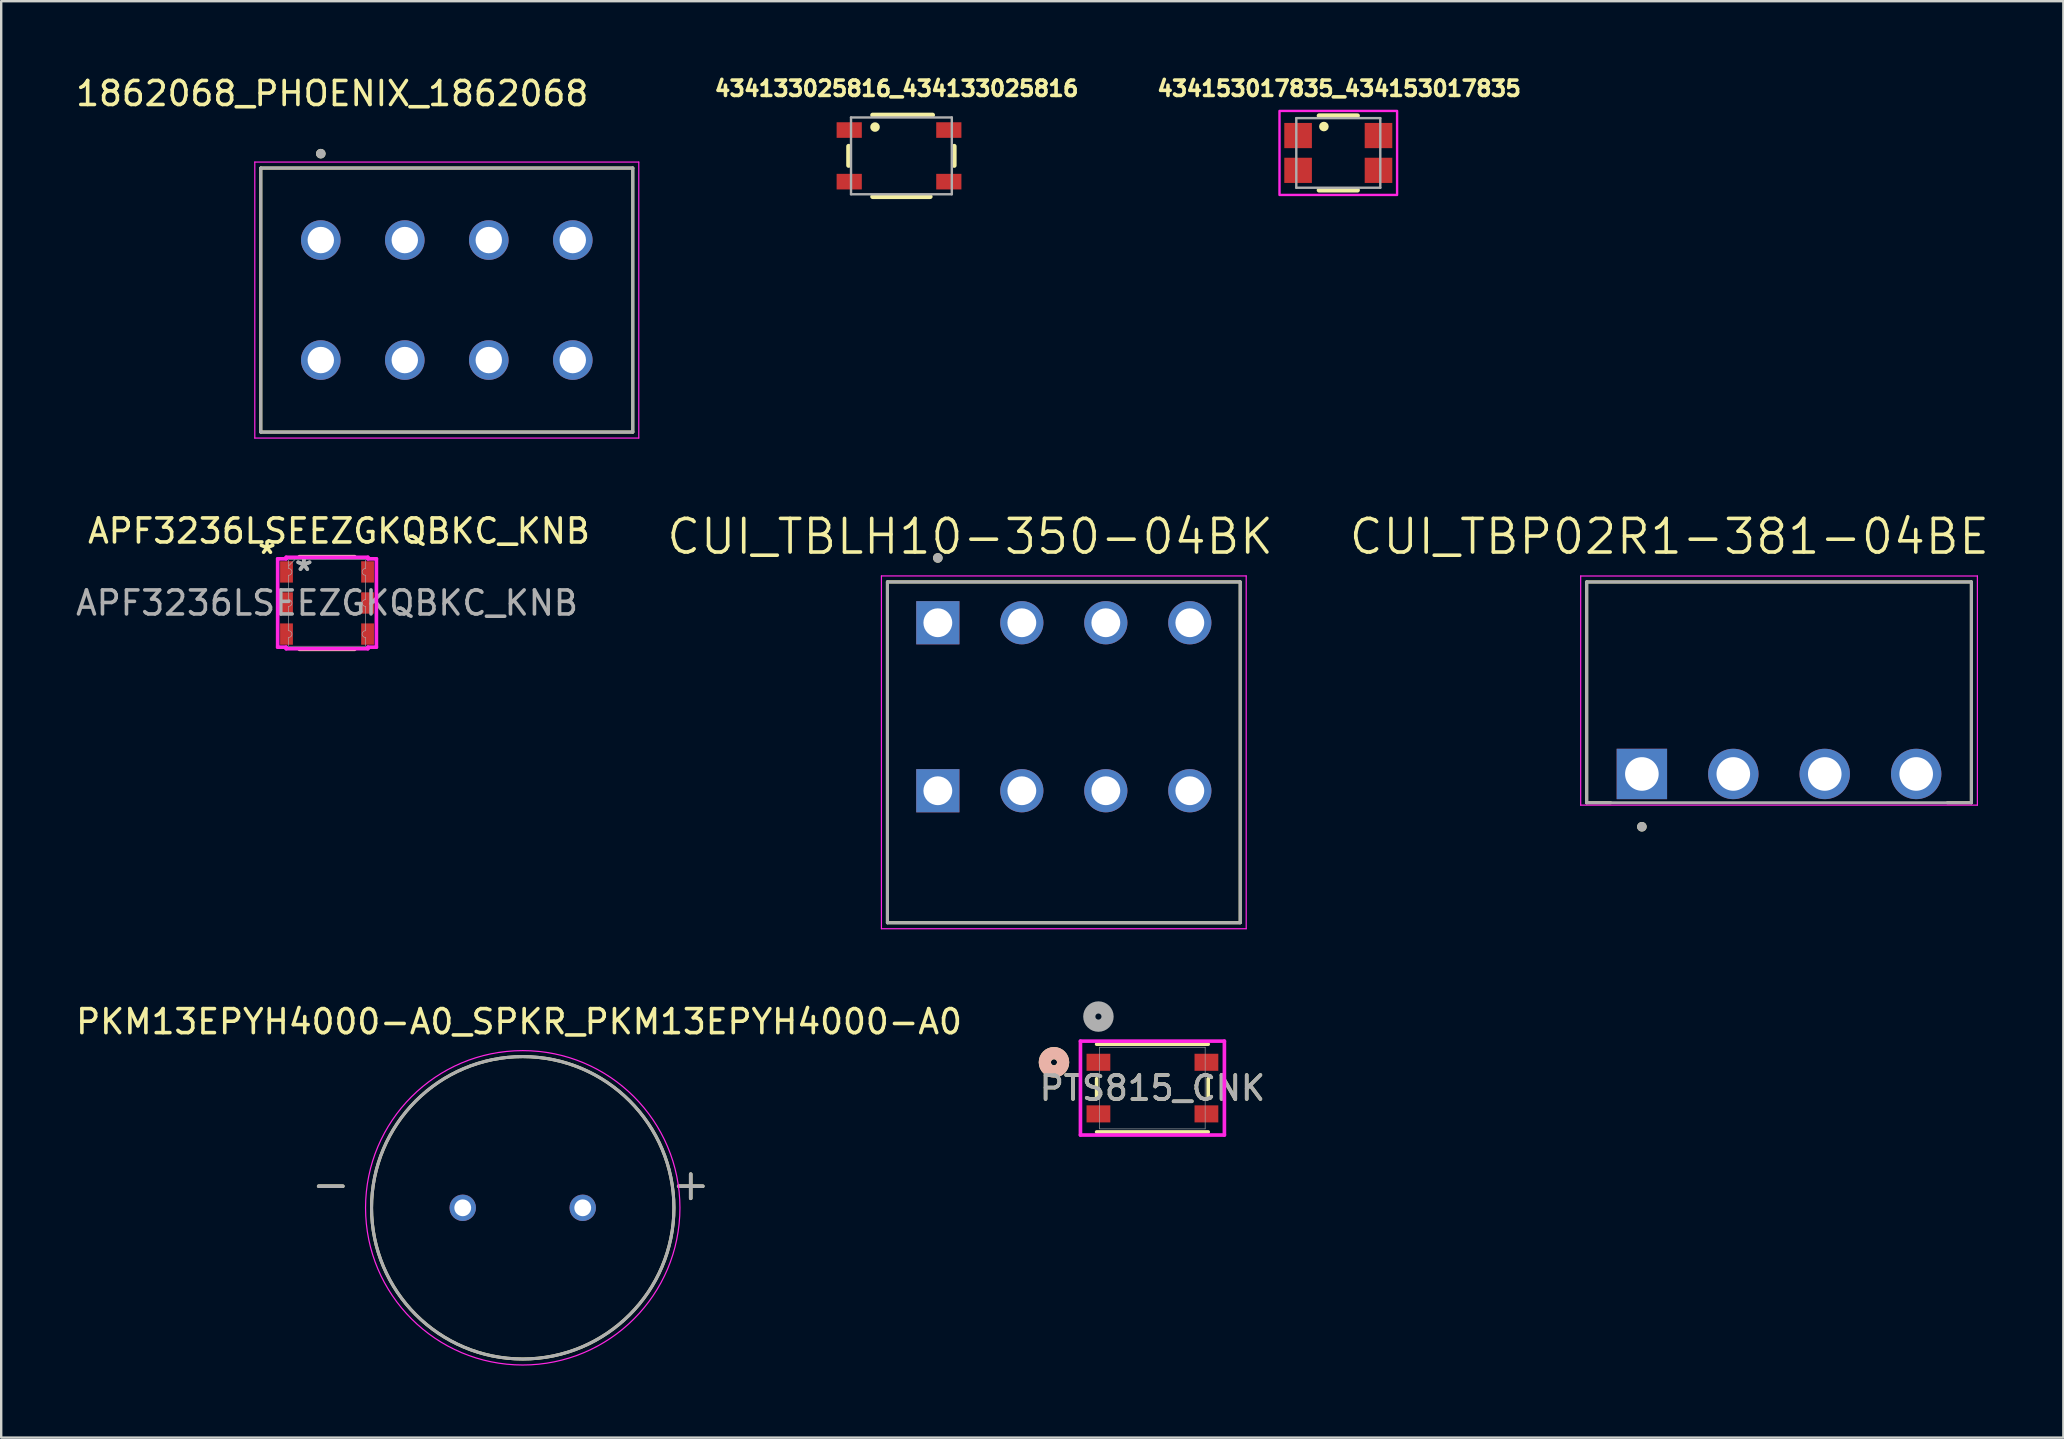
<source format=kicad_pcb>
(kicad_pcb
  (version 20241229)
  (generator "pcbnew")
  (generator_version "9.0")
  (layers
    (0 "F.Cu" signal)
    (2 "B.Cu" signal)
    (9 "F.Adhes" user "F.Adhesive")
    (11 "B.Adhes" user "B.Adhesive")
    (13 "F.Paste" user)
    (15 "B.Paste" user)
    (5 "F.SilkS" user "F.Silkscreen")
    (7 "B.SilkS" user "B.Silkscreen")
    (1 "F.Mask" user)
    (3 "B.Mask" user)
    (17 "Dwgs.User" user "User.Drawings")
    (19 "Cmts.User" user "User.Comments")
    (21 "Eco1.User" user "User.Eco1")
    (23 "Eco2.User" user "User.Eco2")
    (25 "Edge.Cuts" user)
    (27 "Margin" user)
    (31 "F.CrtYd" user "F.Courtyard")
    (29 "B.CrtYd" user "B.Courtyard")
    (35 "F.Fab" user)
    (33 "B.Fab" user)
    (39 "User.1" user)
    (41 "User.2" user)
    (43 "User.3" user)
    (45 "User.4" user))
  (footprint "APF3236LSEEZGKQBKC_KNB"
    (layer "F.Cu")
    (at 10.577 22.076)
    (property "Reference" "APF3236LSEEZGKQBKC_KNB" (at 0.5 -3 0) (unlocked yes) (layer "F.SilkS") (effects (font (size 1 1) (thickness 0.15))))
    (attr smd)
    (fp_line (start -1.15 -1.93) (end 1.15 -1.93) (stroke (width 0.152) (type solid)) (layer "F.SilkS"))
    (fp_line (start -1.15 1.93) (end 1.15 1.93) (stroke (width 0.152) (type solid)) (layer "F.SilkS"))
    (fp_line (start -2.057 -1.841) (end -1.702 -1.841) (stroke (width 0.152) (type solid)) (layer "F.CrtYd"))
    (fp_line (start -2.057 1.841) (end -2.057 -1.841) (stroke (width 0.152) (type solid)) (layer "F.CrtYd"))
    (fp_line (start -2.057 1.841) (end -1.702 1.841) (stroke (width 0.152) (type solid)) (layer "F.CrtYd"))
    (fp_line (start -1.702 -1.905) (end 1.702 -1.905) (stroke (width 0.152) (type solid)) (layer "F.CrtYd"))
    (fp_line (start -1.702 -1.841) (end -1.702 -1.905) (stroke (width 0.152) (type solid)) (layer "F.CrtYd"))
    (fp_line (start -1.702 1.905) (end -1.702 1.841) (stroke (width 0.152) (type solid)) (layer "F.CrtYd"))
    (fp_line (start 1.702 -1.905) (end 1.702 -1.841) (stroke (width 0.152) (type solid)) (layer "F.CrtYd"))
    (fp_line (start 1.702 1.841) (end 1.702 1.905) (stroke (width 0.152) (type solid)) (layer "F.CrtYd"))
    (fp_line (start 1.702 1.905) (end -1.702 1.905) (stroke (width 0.152) (type solid)) (layer "F.CrtYd"))
    (fp_line (start 2.057 -1.841) (end 1.702 -1.841) (stroke (width 0.152) (type solid)) (layer "F.CrtYd"))
    (fp_line (start 2.057 -1.841) (end 2.057 1.841) (stroke (width 0.152) (type solid)) (layer "F.CrtYd"))
    (fp_line (start 2.057 1.841) (end 1.702 1.841) (stroke (width 0.152) (type solid)) (layer "F.CrtYd"))
    (fp_line (start -1.6 -1.803) (end 1.6 -1.803) (stroke (width 0.025) (type solid)) (layer "F.Fab"))
    (fp_line (start -1.6 -1.435) (end -1.6 -1.803) (stroke (width 0.025) (type solid)) (layer "F.Fab"))
    (fp_line (start -1.6 -1.156) (end -1.6 -0.14) (stroke (width 0.025) (type solid)) (layer "F.Fab"))
    (fp_line (start -1.6 0.14) (end -1.6 1.156) (stroke (width 0.025) (type solid)) (layer "F.Fab"))
    (fp_line (start -1.6 1.435) (end -1.6 1.803) (stroke (width 0.025) (type solid)) (layer "F.Fab"))
    (fp_line (start -1.6 1.803) (end 1.6 1.803) (stroke (width 0.025) (type solid)) (layer "F.Fab"))
    (fp_line (start -1.346 -1.803) (end -1.6 -1.549) (stroke (width 0.025) (type solid)) (layer "F.Fab"))
    (fp_line (start 1.6 -1.435) (end 1.6 -1.803) (stroke (width 0.025) (type solid)) (layer "F.Fab"))
    (fp_line (start 1.6 -1.156) (end 1.6 -0.14) (stroke (width 0.025) (type solid)) (layer "F.Fab"))
    (fp_line (start 1.6 0.14) (end 1.6 1.156) (stroke (width 0.025) (type solid)) (layer "F.Fab"))
    (fp_line (start 1.6 1.435) (end 1.6 1.803) (stroke (width 0.025) (type solid)) (layer "F.Fab"))
    (fp_arc (start -1.6002 -1.4351) (mid -1.4605 -1.2954) (end -1.6002 -1.1557) (stroke (width 0.0254) (type solid)) (layer "F.Fab"))
    (fp_arc (start -1.6002 -0.1397) (mid -1.4605 0) (end -1.6002 0.1397) (stroke (width 0.0254) (type solid)) (layer "F.Fab"))
    (fp_arc (start -1.6002 1.1557) (mid -1.4605 1.2954) (end -1.6002 1.4351) (stroke (width 0.0254) (type solid)) (layer "F.Fab"))
    (fp_arc (start 1.6002 -1.1557) (mid 1.4605 -1.2954) (end 1.6002 -1.4351) (stroke (width 0.0254) (type solid)) (layer "F.Fab"))
    (fp_arc (start 1.6002 0.1397) (mid 1.4605 0) (end 1.6002 -0.1397) (stroke (width 0.0254) (type solid)) (layer "F.Fab"))
    (fp_arc (start 1.6002 1.4351) (mid 1.4605 1.2954) (end 1.6002 1.1557) (stroke (width 0.0254) (type solid)) (layer "F.Fab"))
    (fp_text user "*" (at -2.5 -2 0) (layer "F.SilkS") (effects (font (size 1 1) (thickness 0.15))))
    (fp_text user "*" (at -0.965 -1.295 0) (layer "F.Fab") (effects (font (size 1 1) (thickness 0.15))))
    (fp_text user "${REFERENCE}" (at 0 0 0) (unlocked yes) (layer "F.Fab") (effects (font (size 1 1) (thickness 0.15))))
    (fp_text user "*" (at -0.965 -1.295 0) (unlocked yes) (layer "F.Fab") (effects (font (size 1 1) (thickness 0.15))))
    (pad "1" smd rect (at -1.689 -1.295) (size 0.533 0.889) (layers "F.Cu" "F.Mask" "F.Paste"))
    (pad "2" smd rect (at -1.689 0) (size 0.533 0.889) (layers "F.Cu" "F.Mask" "F.Paste"))
    (pad "3" smd rect (at -1.689 1.295) (size 0.533 0.889) (layers "F.Cu" "F.Mask" "F.Paste"))
    (pad "4" smd rect (at 1.689 -1.295) (size 0.533 0.889) (layers "F.Cu" "F.Mask" "F.Paste"))
    (pad "5" smd rect (at 1.689 0) (size 0.533 0.889) (layers "F.Cu" "F.Mask" "F.Paste"))
    (pad "6" smd rect (at 1.689 1.295) (size 0.533 0.889) (layers "F.Cu" "F.Mask" "F.Paste")))
  (footprint "1862068_PHOENIX_1862068"
    (layer "F.Cu")
    (at 7.817 14.953)
    (property "Reference" "1862068_PHOENIX_1862068" (at 2.975 -14.105 0) (layer "F.SilkS") (effects (font (size 1 1) (thickness 0.15))))
    (attr through_hole)
    (fp_line (start 0 -11) (end 15.5 -11) (stroke (width 0.127) (type solid)) (layer "F.SilkS"))
    (fp_line (start 0 0) (end 0 -11) (stroke (width 0.127) (type solid)) (layer "F.SilkS"))
    (fp_line (start 15.5 -11) (end 15.5 0) (stroke (width 0.127) (type solid)) (layer "F.SilkS"))
    (fp_line (start 15.5 0) (end 0 0) (stroke (width 0.127) (type solid)) (layer "F.SilkS"))
    (fp_circle (center 2.5 -11.6) (end 2.6 -11.6) (stroke (width 0.2) (type solid)) (fill no) (layer "F.SilkS"))
    (fp_line (start -0.25 -11.25) (end -0.25 0.25) (stroke (width 0.05) (type solid)) (layer "F.CrtYd"))
    (fp_line (start -0.25 0.25) (end 15.75 0.25) (stroke (width 0.05) (type solid)) (layer "F.CrtYd"))
    (fp_line (start 15.75 -11.25) (end -0.25 -11.25) (stroke (width 0.05) (type solid)) (layer "F.CrtYd"))
    (fp_line (start 15.75 0.25) (end 15.75 -11.25) (stroke (width 0.05) (type solid)) (layer "F.CrtYd"))
    (fp_line (start 0 -11) (end 15.5 -11) (stroke (width 0.127) (type solid)) (layer "F.Fab"))
    (fp_line (start 0 0) (end 0 -11) (stroke (width 0.127) (type solid)) (layer "F.Fab"))
    (fp_line (start 15.5 -11) (end 15.5 0) (stroke (width 0.127) (type solid)) (layer "F.Fab"))
    (fp_line (start 15.5 0) (end 0 0) (stroke (width 0.127) (type solid)) (layer "F.Fab"))
    (fp_circle (center 2.5 -11.6) (end 2.6 -11.6) (stroke (width 0.2) (type solid)) (fill no) (layer "F.Fab"))
    (pad "1_1" thru_hole circle (at 2.5 -8) (size 1.65 1.65) (drill 1.1) (layers "*.Cu" "*.Mask"))
    (pad "1_2" thru_hole circle (at 2.5 -3) (size 1.65 1.65) (drill 1.1) (layers "*.Cu" "*.Mask"))
    (pad "2_1" thru_hole circle (at 6 -8) (size 1.65 1.65) (drill 1.1) (layers "*.Cu" "*.Mask"))
    (pad "2_2" thru_hole circle (at 6 -3) (size 1.65 1.65) (drill 1.1) (layers "*.Cu" "*.Mask"))
    (pad "3_1" thru_hole circle (at 9.5 -8) (size 1.65 1.65) (drill 1.1) (layers "*.Cu" "*.Mask"))
    (pad "3_2" thru_hole circle (at 9.5 -3) (size 1.65 1.65) (drill 1.1) (layers "*.Cu" "*.Mask"))
    (pad "4_1" thru_hole circle (at 13 -8) (size 1.65 1.65) (drill 1.1) (layers "*.Cu" "*.Mask"))
    (pad "4_2" thru_hole circle (at 13 -3) (size 1.65 1.65) (drill 1.1) (layers "*.Cu" "*.Mask")))
  (footprint "434133025816_434133025816"
    (layer "F.Cu")
    (at 34.411 3.444)
    (property "Reference" "434133025816_434133025816" (at -0.1 -2.806 0) (layer "F.SilkS") (effects (font (size 0.64 0.64) (thickness 0.15))))
    (attr smd)
    (fp_line (start -2.1 -0.4) (end -2.1 0.4) (stroke (width 0.2) (type solid)) (layer "F.SilkS"))
    (fp_line (start -1.1 -1.7) (end 1.4 -1.7) (stroke (width 0.2) (type solid)) (layer "F.SilkS"))
    (fp_line (start -1.1 1.7) (end 1.3 1.7) (stroke (width 0.2) (type solid)) (layer "F.SilkS"))
    (fp_line (start 2.3 -0.4) (end 2.3 0.4) (stroke (width 0.2) (type solid)) (layer "F.SilkS"))
    (fp_circle (center -1 -1.2) (end -0.9 -1.2) (stroke (width 0.2) (type solid)) (fill no) (layer "F.SilkS"))
    (fp_line (start -2 -1.6) (end 2.2 -1.6) (stroke (width 0.1) (type solid)) (layer "F.Fab"))
    (fp_line (start -2 1.6) (end -2 -1.6) (stroke (width 0.1) (type solid)) (layer "F.Fab"))
    (fp_line (start 2.2 -1.6) (end 2.2 1.6) (stroke (width 0.1) (type solid)) (layer "F.Fab"))
    (fp_line (start 2.2 1.6) (end -2 1.6) (stroke (width 0.1) (type solid)) (layer "F.Fab"))
    (pad "1" smd rect (at -2.075 -1.075) (size 1.05 0.65) (layers "F.Cu" "F.Mask" "F.Paste"))
    (pad "2" smd rect (at 2.075 -1.075) (size 1.05 0.65) (layers "F.Cu" "F.Mask" "F.Paste"))
    (pad "3" smd rect (at -2.075 1.075) (size 1.05 0.65) (layers "F.Cu" "F.Mask" "F.Paste"))
    (pad "4" smd rect (at 2.075 1.075) (size 1.05 0.65) (layers "F.Cu" "F.Mask" "F.Paste")))
  (footprint "PKM13EPYH4000-A0_SPKR_PKM13EPYH4000-A0"
    (layer "F.Cu")
    (at 18.732 47.278)
    (property "Reference" "PKM13EPYH4000-A0_SPKR_PKM13EPYH4000-A0" (at -0.155 -7.755 0) (layer "F.SilkS") (effects (font (size 1 1) (thickness 0.15))))
    (attr through_hole)
    (fp_circle (center 0 0) (end 6.3 0) (stroke (width 0.127) (type solid)) (fill no) (layer "F.SilkS"))
    (fp_circle (center 0 0) (end 6.55 0) (stroke (width 0.05) (type solid)) (fill no) (layer "F.CrtYd"))
    (fp_circle (center 0 0) (end 6.3 0) (stroke (width 0.127) (type solid)) (fill no) (layer "F.Fab"))
    (fp_text user "+" (at 7 -1 0) (layer "F.SilkS") (effects (font (size 1.32 1.32) (thickness 0.15))))
    (fp_text user "-" (at -8 -1 0) (layer "F.SilkS") (effects (font (size 1.32 1.32) (thickness 0.15))))
    (fp_text user "-" (at -8 -1 0) (layer "F.Fab") (effects (font (size 1.32 1.32) (thickness 0.15))))
    (fp_text user "+" (at 7 -1 0) (layer "F.Fab") (effects (font (size 1.32 1.32) (thickness 0.15))))
    (pad "N" thru_hole circle (at -2.5 0) (size 1.1 1.1) (drill 0.7) (layers "*.Cu" "*.Mask"))
    (pad "P" thru_hole circle (at 2.5 0) (size 1.1 1.1) (drill 0.7) (layers "*.Cu" "*.Mask")))
  (footprint "CUI_TBLH10-350-04BK"
    (layer "F.Cu")
    (at 36.028 22.899)
    (property "Reference" "CUI_TBLH10-350-04BK" (at 1.345 -3.589 0) (layer "F.SilkS") (effects (font (size 1.4 1.4) (thickness 0.15))))
    (attr through_hole)
    (fp_line (start -2.1 -1.7) (end 12.6 -1.7) (stroke (width 0.127) (type solid)) (layer "F.SilkS"))
    (fp_line (start -2.1 12.5) (end -2.1 -1.7) (stroke (width 0.127) (type solid)) (layer "F.SilkS"))
    (fp_line (start 12.6 -1.7) (end 12.6 12.5) (stroke (width 0.127) (type solid)) (layer "F.SilkS"))
    (fp_line (start 12.6 12.5) (end -2.1 12.5) (stroke (width 0.127) (type solid)) (layer "F.SilkS"))
    (fp_circle (center 0 -2.7) (end 0.1 -2.7) (stroke (width 0.2) (type solid)) (fill no) (layer "F.SilkS"))
    (fp_line (start -2.35 -1.95) (end 12.85 -1.95) (stroke (width 0.05) (type solid)) (layer "F.CrtYd"))
    (fp_line (start -2.35 12.75) (end -2.35 -1.95) (stroke (width 0.05) (type solid)) (layer "F.CrtYd"))
    (fp_line (start 12.85 -1.95) (end 12.85 12.75) (stroke (width 0.05) (type solid)) (layer "F.CrtYd"))
    (fp_line (start 12.85 12.75) (end -2.35 12.75) (stroke (width 0.05) (type solid)) (layer "F.CrtYd"))
    (fp_line (start -2.1 -1.7) (end 12.6 -1.7) (stroke (width 0.127) (type solid)) (layer "F.Fab"))
    (fp_line (start -2.1 12.5) (end -2.1 -1.7) (stroke (width 0.127) (type solid)) (layer "F.Fab"))
    (fp_line (start 12.6 -1.7) (end 12.6 12.5) (stroke (width 0.127) (type solid)) (layer "F.Fab"))
    (fp_line (start 12.6 12.5) (end -2.1 12.5) (stroke (width 0.127) (type solid)) (layer "F.Fab"))
    (fp_circle (center 0 -2.7) (end 0.1 -2.7) (stroke (width 0.2) (type solid)) (fill no) (layer "F.Fab"))
    (pad "1_A" thru_hole rect (at 0 0) (size 1.8 1.8) (drill 1.2) (layers "*.Cu" "*.Mask"))
    (pad "1_B" thru_hole rect (at 0 7) (size 1.8 1.8) (drill 1.2) (layers "*.Cu" "*.Mask"))
    (pad "2_A" thru_hole circle (at 3.5 0) (size 1.8 1.8) (drill 1.2) (layers "*.Cu" "*.Mask"))
    (pad "2_B" thru_hole circle (at 3.5 7) (size 1.8 1.8) (drill 1.2) (layers "*.Cu" "*.Mask"))
    (pad "3_A" thru_hole circle (at 7 0) (size 1.8 1.8) (drill 1.2) (layers "*.Cu" "*.Mask"))
    (pad "3_B" thru_hole circle (at 7 7) (size 1.8 1.8) (drill 1.2) (layers "*.Cu" "*.Mask"))
    (pad "4_A" thru_hole circle (at 10.5 0) (size 1.8 1.8) (drill 1.2) (layers "*.Cu" "*.Mask"))
    (pad "4_B" thru_hole circle (at 10.5 7) (size 1.8 1.8) (drill 1.2) (layers "*.Cu" "*.Mask")))
  (footprint "PTS815_CNK"
    (layer "F.Cu")
    (at 44.97 42.289)
    (property "Reference" "PTS815_CNK" (at 0 0 0) (unlocked yes) (layer "F.SilkS") (effects (font (size 1 1) (thickness 0.15))))
    (attr smd)
    (fp_line (start -2.324 -0.387) (end -2.324 0.387) (stroke (width 0.152) (type solid)) (layer "F.SilkS"))
    (fp_line (start -2.324 1.829) (end 2.324 1.829) (stroke (width 0.152) (type solid)) (layer "F.SilkS"))
    (fp_line (start 2.324 -1.829) (end -2.324 -1.829) (stroke (width 0.152) (type solid)) (layer "F.SilkS"))
    (fp_line (start 2.324 0.387) (end 2.324 -0.387) (stroke (width 0.152) (type solid)) (layer "F.SilkS"))
    (fp_circle (center -4.102 -1.075) (end -3.721 -1.075) (stroke (width 0.508) (type solid)) (fill no) (layer "F.SilkS"))
    (fp_circle (center -4.102 -1.075) (end -3.721 -1.075) (stroke (width 0.508) (type solid)) (fill no) (layer "B.SilkS"))
    (fp_line (start -2.999 -1.956) (end -2.999 1.956) (stroke (width 0.152) (type solid)) (layer "F.CrtYd"))
    (fp_line (start -2.999 1.956) (end 2.999 1.956) (stroke (width 0.152) (type solid)) (layer "F.CrtYd"))
    (fp_line (start 2.999 -1.956) (end -2.999 -1.956) (stroke (width 0.152) (type solid)) (layer "F.CrtYd"))
    (fp_line (start 2.999 1.956) (end 2.999 -1.956) (stroke (width 0.152) (type solid)) (layer "F.CrtYd"))
    (fp_line (start -2.197 -1.702) (end -2.197 1.702) (stroke (width 0.025) (type solid)) (layer "F.Fab"))
    (fp_line (start -2.197 1.702) (end 2.197 1.702) (stroke (width 0.025) (type solid)) (layer "F.Fab"))
    (fp_line (start 2.197 -1.702) (end -2.197 -1.702) (stroke (width 0.025) (type solid)) (layer "F.Fab"))
    (fp_line (start 2.197 1.702) (end 2.197 -1.702) (stroke (width 0.025) (type solid)) (layer "F.Fab"))
    (fp_circle (center -2.25 -2.98) (end -1.869 -2.98) (stroke (width 0.508) (type solid)) (fill no) (layer "F.Fab"))
    (fp_text user "${REFERENCE}" (at 0 0 0) (unlocked yes) (layer "F.Fab") (effects (font (size 1 1) (thickness 0.15))))
    (pad "1" smd rect (at -2.25 -1.075) (size 0.991 0.711) (layers "F.Cu" "F.Mask" "F.Paste"))
    (pad "2" smd rect (at 2.25 -1.075) (size 0.991 0.711) (layers "F.Cu" "F.Mask" "F.Paste"))
    (pad "3" smd rect (at -2.25 1.075) (size 0.991 0.711) (layers "F.Cu" "F.Mask" "F.Paste"))
    (pad "4" smd rect (at 2.25 1.075) (size 0.991 0.711) (layers "F.Cu" "F.Mask" "F.Paste")))
  (footprint "434153017835_434153017835"
    (layer "F.Cu")
    (at 52.715 3.323)
    (property "Reference" "434153017835_434153017835" (at 0.034 -2.685 0) (layer "F.SilkS") (effects (font (size 0.64 0.64) (thickness 0.15))))
    (attr smd)
    (fp_line (start -0.8 -1.55) (end 0.8 -1.55) (stroke (width 0.2) (type solid)) (layer "F.SilkS"))
    (fp_line (start 0.8 1.55) (end -0.8 1.55) (stroke (width 0.2) (type solid)) (layer "F.SilkS"))
    (fp_circle (center -0.6 -1.1) (end -0.5 -1.1) (stroke (width 0.2) (type solid)) (fill no) (layer "F.SilkS"))
    (fp_poly (pts (xy -2.45 -1.75) (xy 2.45 -1.75) (xy 2.45 1.75) (xy -2.45 1.75)) (stroke (width 0.1) (type solid)) (fill no) (layer "F.CrtYd"))
    (fp_line (start -1.75 -1.45) (end 1.75 -1.45) (stroke (width 0.1) (type solid)) (layer "F.Fab"))
    (fp_line (start -1.75 1.45) (end -1.75 -1.45) (stroke (width 0.1) (type solid)) (layer "F.Fab"))
    (fp_line (start 1.75 -1.45) (end 1.75 1.45) (stroke (width 0.1) (type solid)) (layer "F.Fab"))
    (fp_line (start 1.75 1.45) (end -1.75 1.45) (stroke (width 0.1) (type solid)) (layer "F.Fab"))
    (pad "1" smd rect (at -1.675 -0.725) (size 1.15 1.05) (layers "F.Cu" "F.Mask" "F.Paste"))
    (pad "2" smd rect (at -1.675 0.725) (size 1.15 1.05) (layers "F.Cu" "F.Mask" "F.Paste"))
    (pad "3" smd rect (at 1.675 -0.725) (size 1.15 1.05) (layers "F.Cu" "F.Mask" "F.Paste"))
    (pad "4" smd rect (at 1.675 0.725) (size 1.15 1.05) (layers "F.Cu" "F.Mask" "F.Paste")))
  (footprint "CUI_TBP02R1-381-04BE"
    (layer "F.Cu")
    (at 65.365 29.2)
    (property "Reference" "CUI_TBP02R1-381-04BE" (at 1.145 -9.889 0) (layer "F.SilkS") (effects (font (size 1.4 1.4) (thickness 0.15))))
    (attr through_hole)
    (fp_line (start -2.3 -8) (end 13.73 -8) (stroke (width 0.127) (type solid)) (layer "F.SilkS"))
    (fp_line (start -2.3 1.2) (end -2.3 -8) (stroke (width 0.127) (type solid)) (layer "F.SilkS"))
    (fp_line (start -2.3 1.2) (end -1.3 1.2) (stroke (width 0.127) (type solid)) (layer "F.SilkS"))
    (fp_line (start 13.73 -8) (end 13.73 1.2) (stroke (width 0.127) (type solid)) (layer "F.SilkS"))
    (fp_line (start 13.73 1.2) (end 12.73 1.2) (stroke (width 0.127) (type solid)) (layer "F.SilkS"))
    (fp_circle (center 0 2.2) (end 0.1 2.2) (stroke (width 0.2) (type solid)) (fill no) (layer "F.SilkS"))
    (fp_line (start -2.55 -8.25) (end 13.98 -8.25) (stroke (width 0.05) (type solid)) (layer "F.CrtYd"))
    (fp_line (start -2.55 1.3) (end -2.55 -8.25) (stroke (width 0.05) (type solid)) (layer "F.CrtYd"))
    (fp_line (start 13.98 -8.25) (end 13.98 1.3) (stroke (width 0.05) (type solid)) (layer "F.CrtYd"))
    (fp_line (start 13.98 1.3) (end -2.55 1.3) (stroke (width 0.05) (type solid)) (layer "F.CrtYd"))
    (fp_line (start -2.3 -8) (end 13.73 -8) (stroke (width 0.127) (type solid)) (layer "F.Fab"))
    (fp_line (start -2.3 1.2) (end -2.3 -8) (stroke (width 0.127) (type solid)) (layer "F.Fab"))
    (fp_line (start 13.73 -8) (end 13.73 1.2) (stroke (width 0.127) (type solid)) (layer "F.Fab"))
    (fp_line (start 13.73 1.2) (end -2.3 1.2) (stroke (width 0.127) (type solid)) (layer "F.Fab"))
    (fp_circle (center 0 2.2) (end 0.1 2.2) (stroke (width 0.2) (type solid)) (fill no) (layer "F.Fab"))
    (pad "1" thru_hole rect (at 0 0) (size 2.1 2.1) (drill 1.4) (layers "*.Cu" "*.Mask"))
    (pad "2" thru_hole circle (at 3.81 0) (size 2.1 2.1) (drill 1.4) (layers "*.Cu" "*.Mask"))
    (pad "3" thru_hole circle (at 7.62 0) (size 2.1 2.1) (drill 1.4) (layers "*.Cu" "*.Mask"))
    (pad "4" thru_hole circle (at 11.43 0) (size 2.1 2.1) (drill 1.4) (layers "*.Cu" "*.Mask")))
  (gr_rect
    (start -3 -3)
    (end 82.928 56.853)
    (stroke (width 0.1) (type default))
    (fill no)
    (layer "Edge.Cuts")))
</source>
